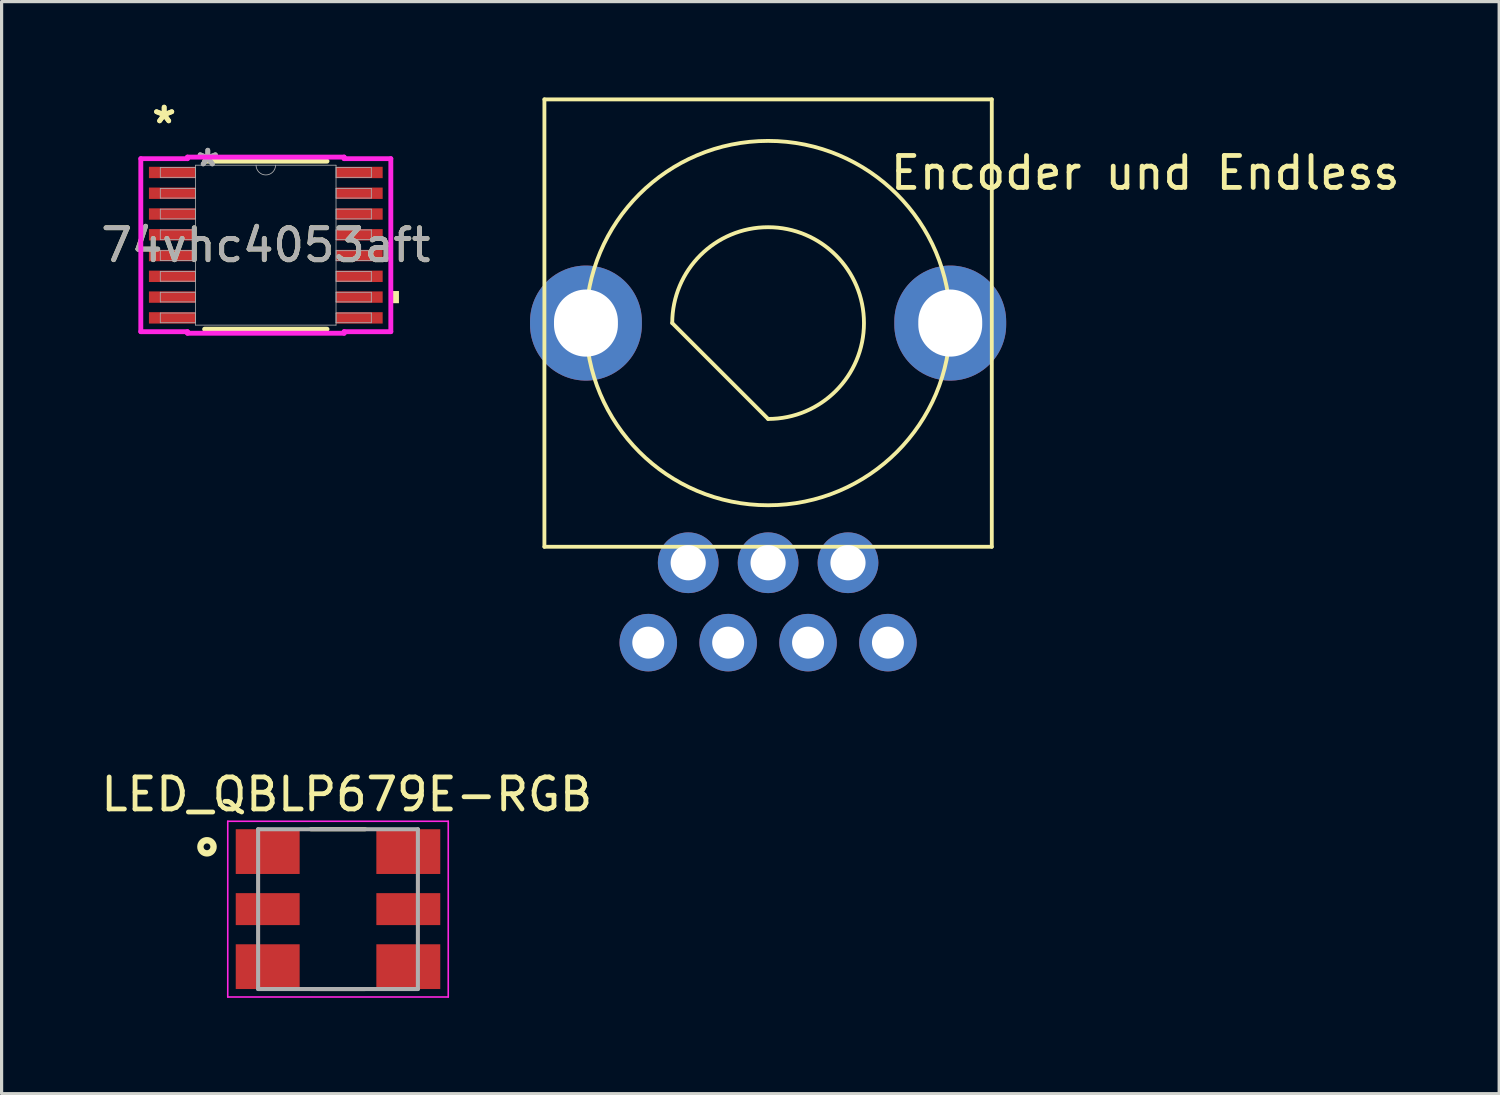
<source format=kicad_pcb>
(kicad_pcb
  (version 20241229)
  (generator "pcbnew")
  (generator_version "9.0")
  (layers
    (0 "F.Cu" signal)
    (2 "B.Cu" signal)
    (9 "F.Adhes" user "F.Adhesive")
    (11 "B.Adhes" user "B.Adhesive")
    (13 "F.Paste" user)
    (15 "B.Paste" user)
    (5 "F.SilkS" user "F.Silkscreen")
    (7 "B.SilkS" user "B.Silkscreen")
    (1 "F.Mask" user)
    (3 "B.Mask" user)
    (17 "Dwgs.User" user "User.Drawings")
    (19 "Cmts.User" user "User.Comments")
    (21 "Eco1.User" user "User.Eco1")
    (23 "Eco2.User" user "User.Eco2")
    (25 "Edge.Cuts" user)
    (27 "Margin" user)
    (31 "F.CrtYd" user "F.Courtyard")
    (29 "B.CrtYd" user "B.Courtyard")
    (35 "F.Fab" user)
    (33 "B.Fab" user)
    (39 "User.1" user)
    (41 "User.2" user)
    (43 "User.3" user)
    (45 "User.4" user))
  (footprint "Encoder und Endless"
    (layer "F.Cu")
    (at 20.986 7.06)
    (property "Reference" "Encoder und Endless" (at 11.8 -4.7 0) (layer "F.SilkS") (effects (font (size 1 1) (thickness 0.15))))
    (attr through_hole)
    (fp_line (start -7 -7) (end 7 -7) (stroke (width 0.12) (type solid)) (layer "F.SilkS"))
    (fp_line (start -7 7) (end -7 -7) (stroke (width 0.12) (type solid)) (layer "F.SilkS"))
    (fp_line (start -3 0) (end 0 3) (stroke (width 0.12) (type solid)) (layer "F.SilkS"))
    (fp_line (start 7 -7) (end 7 7) (stroke (width 0.12) (type solid)) (layer "F.SilkS"))
    (fp_line (start 7 7) (end -7 7) (stroke (width 0.12) (type solid)) (layer "F.SilkS"))
    (fp_arc (start -3 0) (mid 2.12132 -2.12132) (end 0 3) (stroke (width 0.12) (type solid)) (layer "F.SilkS"))
    (fp_circle (center 0 0) (end 4.5 3.5) (stroke (width 0.12) (type solid)) (fill no) (layer "F.SilkS"))
    (pad "" np_thru_hole oval (at -5.7 0) (size 3.5 3.6) (drill oval 2 2.1) (layers "*.Cu" "*.Mask"))
    (pad "" np_thru_hole oval (at 5.7 0) (size 3.5 3.6) (drill oval 2 2.1) (layers "*.Cu" "*.Mask"))
    (pad "1" thru_hole circle (at -3.75 10) (size 1.8 1.8) (drill 1) (layers "*.Cu" "*.Mask"))
    (pad "2" thru_hole circle (at -1.25 10) (size 1.8 1.8) (drill 1) (layers "*.Cu" "*.Mask"))
    (pad "3" thru_hole circle (at 1.25 10) (size 1.8 1.8) (drill 1) (layers "*.Cu" "*.Mask"))
    (pad "4" thru_hole circle (at 3.75 10) (size 1.8 1.8) (drill 1) (layers "*.Cu" "*.Mask"))
    (pad "A" thru_hole circle (at -2.5 7.5) (size 1.9 1.9) (drill 1.1) (layers "*.Cu" "*.Mask"))
    (pad "B" thru_hole circle (at 2.5 7.5) (size 1.9 1.9) (drill 1.1) (layers "*.Cu" "*.Mask"))
    (pad "C" thru_hole circle (at 0 7.5) (size 1.9 1.9) (drill 1.1) (layers "*.Cu" "*.Mask")))
  (footprint "LED_QBLP679E-RGB"
    (layer "F.Cu")
    (at 7.527 25.399)
    (property "Reference" "LED_QBLP679E-RGB" (at 0.275 -3.59 0) (layer "F.SilkS") (effects (font (size 1.001 1.001) (thickness 0.15))))
    (attr smd)
    (fp_line (start -0.85 -2.5) (end 0.85 -2.5) (stroke (width 0.127) (type solid)) (layer "F.SilkS"))
    (fp_line (start -0.85 2.5) (end 0.85 2.5) (stroke (width 0.127) (type solid)) (layer "F.SilkS"))
    (fp_circle (center -4.1 -1.95) (end -3.894 -1.95) (stroke (width 0.2) (type solid)) (fill no) (layer "F.SilkS"))
    (fp_line (start -3.45 -2.75) (end 3.45 -2.75) (stroke (width 0.05) (type solid)) (layer "F.CrtYd"))
    (fp_line (start -3.45 2.75) (end -3.45 -2.75) (stroke (width 0.05) (type solid)) (layer "F.CrtYd"))
    (fp_line (start 3.45 -2.75) (end 3.45 2.75) (stroke (width 0.05) (type solid)) (layer "F.CrtYd"))
    (fp_line (start 3.45 2.75) (end -3.45 2.75) (stroke (width 0.05) (type solid)) (layer "F.CrtYd"))
    (fp_line (start -2.5 -2.5) (end 2.5 -2.5) (stroke (width 0.127) (type solid)) (layer "F.Fab"))
    (fp_line (start -2.5 2.5) (end -2.5 -2.5) (stroke (width 0.127) (type solid)) (layer "F.Fab"))
    (fp_line (start 2.5 -2.5) (end 2.5 2.5) (stroke (width 0.127) (type solid)) (layer "F.Fab"))
    (fp_line (start 2.5 2.5) (end -2.5 2.5) (stroke (width 0.127) (type solid)) (layer "F.Fab"))
    (pad "1" smd rect (at -2.2 -1.8) (size 2 1.4) (layers "F.Cu" "F.Mask" "F.Paste"))
    (pad "2" smd rect (at -2.2 0) (size 2 1) (layers "F.Cu" "F.Mask" "F.Paste"))
    (pad "3" smd rect (at -2.2 1.8) (size 2 1.4) (layers "F.Cu" "F.Mask" "F.Paste"))
    (pad "4" smd rect (at 2.2 1.8 180) (size 2 1.4) (layers "F.Cu" "F.Mask" "F.Paste"))
    (pad "5" smd rect (at 2.2 0 180) (size 2 1) (layers "F.Cu" "F.Mask" "F.Paste"))
    (pad "6" smd rect (at 2.2 -1.8 180) (size 2 1.4) (layers "F.Cu" "F.Mask" "F.Paste")))
  (footprint "74vhc4053aft"
    (layer "F.Cu")
    (at 5.268 4.622)
    (property "Reference" "74vhc4053aft" (at 0 0 0) (unlocked yes) (layer "F.SilkS") (effects (font (size 1 1) (thickness 0.15))))
    (attr smd)
    (fp_line (start -1.915 2.629) (end 1.915 2.629) (stroke (width 0.152) (type solid)) (layer "F.SilkS"))
    (fp_line (start 1.915 -2.629) (end -1.915 -2.629) (stroke (width 0.152) (type solid)) (layer "F.SilkS"))
    (fp_poly (pts (xy 4.166 1.435) (xy 4.166 1.816) (xy 3.912 1.816) (xy 3.912 1.435)) (stroke (width 0) (type solid)) (fill yes) (layer "F.SilkS"))
    (fp_line (start -3.912 -2.707) (end -2.451 -2.707) (stroke (width 0.152) (type solid)) (layer "F.CrtYd"))
    (fp_line (start -3.912 2.707) (end -3.912 -2.707) (stroke (width 0.152) (type solid)) (layer "F.CrtYd"))
    (fp_line (start -3.912 2.707) (end -2.451 2.707) (stroke (width 0.152) (type solid)) (layer "F.CrtYd"))
    (fp_line (start -2.451 -2.756) (end 2.451 -2.756) (stroke (width 0.152) (type solid)) (layer "F.CrtYd"))
    (fp_line (start -2.451 -2.707) (end -2.451 -2.756) (stroke (width 0.152) (type solid)) (layer "F.CrtYd"))
    (fp_line (start -2.451 2.756) (end -2.451 2.707) (stroke (width 0.152) (type solid)) (layer "F.CrtYd"))
    (fp_line (start 2.451 -2.756) (end 2.451 -2.707) (stroke (width 0.152) (type solid)) (layer "F.CrtYd"))
    (fp_line (start 2.451 2.707) (end 2.451 2.756) (stroke (width 0.152) (type solid)) (layer "F.CrtYd"))
    (fp_line (start 2.451 2.756) (end -2.451 2.756) (stroke (width 0.152) (type solid)) (layer "F.CrtYd"))
    (fp_line (start 3.912 -2.707) (end 2.451 -2.707) (stroke (width 0.152) (type solid)) (layer "F.CrtYd"))
    (fp_line (start 3.912 -2.707) (end 3.912 2.707) (stroke (width 0.152) (type solid)) (layer "F.CrtYd"))
    (fp_line (start 3.912 2.707) (end 2.451 2.707) (stroke (width 0.152) (type solid)) (layer "F.CrtYd"))
    (fp_line (start -3.302 -2.427) (end -3.302 -2.123) (stroke (width 0.025) (type solid)) (layer "F.Fab"))
    (fp_line (start -3.302 -2.123) (end -2.197 -2.123) (stroke (width 0.025) (type solid)) (layer "F.Fab"))
    (fp_line (start -3.302 -1.777) (end -3.302 -1.473) (stroke (width 0.025) (type solid)) (layer "F.Fab"))
    (fp_line (start -3.302 -1.473) (end -2.197 -1.473) (stroke (width 0.025) (type solid)) (layer "F.Fab"))
    (fp_line (start -3.302 -1.127) (end -3.302 -0.823) (stroke (width 0.025) (type solid)) (layer "F.Fab"))
    (fp_line (start -3.302 -0.823) (end -2.197 -0.823) (stroke (width 0.025) (type solid)) (layer "F.Fab"))
    (fp_line (start -3.302 -0.477) (end -3.302 -0.173) (stroke (width 0.025) (type solid)) (layer "F.Fab"))
    (fp_line (start -3.302 -0.173) (end -2.197 -0.173) (stroke (width 0.025) (type solid)) (layer "F.Fab"))
    (fp_line (start -3.302 0.173) (end -3.302 0.477) (stroke (width 0.025) (type solid)) (layer "F.Fab"))
    (fp_line (start -3.302 0.477) (end -2.197 0.477) (stroke (width 0.025) (type solid)) (layer "F.Fab"))
    (fp_line (start -3.302 0.823) (end -3.302 1.127) (stroke (width 0.025) (type solid)) (layer "F.Fab"))
    (fp_line (start -3.302 1.127) (end -2.197 1.127) (stroke (width 0.025) (type solid)) (layer "F.Fab"))
    (fp_line (start -3.302 1.473) (end -3.302 1.777) (stroke (width 0.025) (type solid)) (layer "F.Fab"))
    (fp_line (start -3.302 1.777) (end -2.197 1.777) (stroke (width 0.025) (type solid)) (layer "F.Fab"))
    (fp_line (start -3.302 2.123) (end -3.302 2.427) (stroke (width 0.025) (type solid)) (layer "F.Fab"))
    (fp_line (start -3.302 2.427) (end -2.197 2.427) (stroke (width 0.025) (type solid)) (layer "F.Fab"))
    (fp_line (start -2.197 -2.502) (end -2.197 2.502) (stroke (width 0.025) (type solid)) (layer "F.Fab"))
    (fp_line (start -2.197 -2.427) (end -3.302 -2.427) (stroke (width 0.025) (type solid)) (layer "F.Fab"))
    (fp_line (start -2.197 -2.123) (end -2.197 -2.427) (stroke (width 0.025) (type solid)) (layer "F.Fab"))
    (fp_line (start -2.197 -1.777) (end -3.302 -1.777) (stroke (width 0.025) (type solid)) (layer "F.Fab"))
    (fp_line (start -2.197 -1.473) (end -2.197 -1.777) (stroke (width 0.025) (type solid)) (layer "F.Fab"))
    (fp_line (start -2.197 -1.127) (end -3.302 -1.127) (stroke (width 0.025) (type solid)) (layer "F.Fab"))
    (fp_line (start -2.197 -0.823) (end -2.197 -1.127) (stroke (width 0.025) (type solid)) (layer "F.Fab"))
    (fp_line (start -2.197 -0.477) (end -3.302 -0.477) (stroke (width 0.025) (type solid)) (layer "F.Fab"))
    (fp_line (start -2.197 -0.173) (end -2.197 -0.477) (stroke (width 0.025) (type solid)) (layer "F.Fab"))
    (fp_line (start -2.197 0.173) (end -3.302 0.173) (stroke (width 0.025) (type solid)) (layer "F.Fab"))
    (fp_line (start -2.197 0.477) (end -2.197 0.173) (stroke (width 0.025) (type solid)) (layer "F.Fab"))
    (fp_line (start -2.197 0.823) (end -3.302 0.823) (stroke (width 0.025) (type solid)) (layer "F.Fab"))
    (fp_line (start -2.197 1.127) (end -2.197 0.823) (stroke (width 0.025) (type solid)) (layer "F.Fab"))
    (fp_line (start -2.197 1.473) (end -3.302 1.473) (stroke (width 0.025) (type solid)) (layer "F.Fab"))
    (fp_line (start -2.197 1.777) (end -2.197 1.473) (stroke (width 0.025) (type solid)) (layer "F.Fab"))
    (fp_line (start -2.197 2.123) (end -3.302 2.123) (stroke (width 0.025) (type solid)) (layer "F.Fab"))
    (fp_line (start -2.197 2.427) (end -2.197 2.123) (stroke (width 0.025) (type solid)) (layer "F.Fab"))
    (fp_line (start -2.197 2.502) (end 2.197 2.502) (stroke (width 0.025) (type solid)) (layer "F.Fab"))
    (fp_line (start 2.197 -2.502) (end -2.197 -2.502) (stroke (width 0.025) (type solid)) (layer "F.Fab"))
    (fp_line (start 2.197 -2.427) (end 2.197 -2.123) (stroke (width 0.025) (type solid)) (layer "F.Fab"))
    (fp_line (start 2.197 -2.123) (end 3.302 -2.123) (stroke (width 0.025) (type solid)) (layer "F.Fab"))
    (fp_line (start 2.197 -1.777) (end 2.197 -1.473) (stroke (width 0.025) (type solid)) (layer "F.Fab"))
    (fp_line (start 2.197 -1.473) (end 3.302 -1.473) (stroke (width 0.025) (type solid)) (layer "F.Fab"))
    (fp_line (start 2.197 -1.127) (end 2.197 -0.823) (stroke (width 0.025) (type solid)) (layer "F.Fab"))
    (fp_line (start 2.197 -0.823) (end 3.302 -0.823) (stroke (width 0.025) (type solid)) (layer "F.Fab"))
    (fp_line (start 2.197 -0.477) (end 2.197 -0.173) (stroke (width 0.025) (type solid)) (layer "F.Fab"))
    (fp_line (start 2.197 -0.173) (end 3.302 -0.173) (stroke (width 0.025) (type solid)) (layer "F.Fab"))
    (fp_line (start 2.197 0.173) (end 2.197 0.477) (stroke (width 0.025) (type solid)) (layer "F.Fab"))
    (fp_line (start 2.197 0.477) (end 3.302 0.477) (stroke (width 0.025) (type solid)) (layer "F.Fab"))
    (fp_line (start 2.197 0.823) (end 2.197 1.127) (stroke (width 0.025) (type solid)) (layer "F.Fab"))
    (fp_line (start 2.197 1.127) (end 3.302 1.127) (stroke (width 0.025) (type solid)) (layer "F.Fab"))
    (fp_line (start 2.197 1.473) (end 2.197 1.777) (stroke (width 0.025) (type solid)) (layer "F.Fab"))
    (fp_line (start 2.197 1.777) (end 3.302 1.777) (stroke (width 0.025) (type solid)) (layer "F.Fab"))
    (fp_line (start 2.197 2.123) (end 2.197 2.427) (stroke (width 0.025) (type solid)) (layer "F.Fab"))
    (fp_line (start 2.197 2.427) (end 3.302 2.427) (stroke (width 0.025) (type solid)) (layer "F.Fab"))
    (fp_line (start 2.197 2.502) (end 2.197 -2.502) (stroke (width 0.025) (type solid)) (layer "F.Fab"))
    (fp_line (start 3.302 -2.427) (end 2.197 -2.427) (stroke (width 0.025) (type solid)) (layer "F.Fab"))
    (fp_line (start 3.302 -2.123) (end 3.302 -2.427) (stroke (width 0.025) (type solid)) (layer "F.Fab"))
    (fp_line (start 3.302 -1.777) (end 2.197 -1.777) (stroke (width 0.025) (type solid)) (layer "F.Fab"))
    (fp_line (start 3.302 -1.473) (end 3.302 -1.777) (stroke (width 0.025) (type solid)) (layer "F.Fab"))
    (fp_line (start 3.302 -1.127) (end 2.197 -1.127) (stroke (width 0.025) (type solid)) (layer "F.Fab"))
    (fp_line (start 3.302 -0.823) (end 3.302 -1.127) (stroke (width 0.025) (type solid)) (layer "F.Fab"))
    (fp_line (start 3.302 -0.477) (end 2.197 -0.477) (stroke (width 0.025) (type solid)) (layer "F.Fab"))
    (fp_line (start 3.302 -0.173) (end 3.302 -0.477) (stroke (width 0.025) (type solid)) (layer "F.Fab"))
    (fp_line (start 3.302 0.173) (end 2.197 0.173) (stroke (width 0.025) (type solid)) (layer "F.Fab"))
    (fp_line (start 3.302 0.477) (end 3.302 0.173) (stroke (width 0.025) (type solid)) (layer "F.Fab"))
    (fp_line (start 3.302 0.823) (end 2.197 0.823) (stroke (width 0.025) (type solid)) (layer "F.Fab"))
    (fp_line (start 3.302 1.127) (end 3.302 0.823) (stroke (width 0.025) (type solid)) (layer "F.Fab"))
    (fp_line (start 3.302 1.473) (end 2.197 1.473) (stroke (width 0.025) (type solid)) (layer "F.Fab"))
    (fp_line (start 3.302 1.777) (end 3.302 1.473) (stroke (width 0.025) (type solid)) (layer "F.Fab"))
    (fp_line (start 3.302 2.123) (end 2.197 2.123) (stroke (width 0.025) (type solid)) (layer "F.Fab"))
    (fp_line (start 3.302 2.427) (end 3.302 2.123) (stroke (width 0.025) (type solid)) (layer "F.Fab"))
    (fp_arc (start 0.3048 -2.5019) (mid 0 -2.1971) (end -0.3048 -2.5019) (stroke (width 0.0254) (type solid)) (layer "F.Fab"))
    (fp_text user "*" (at -3.181 -3.774 0) (unlocked yes) (layer "F.SilkS") (effects (font (size 1 1) (thickness 0.15))))
    (fp_text user "*" (at -3.181 -3.774 0) (layer "F.SilkS") (effects (font (size 1 1) (thickness 0.15))))
    (fp_text user "*" (at -1.816 -2.426 0) (unlocked yes) (layer "F.Fab") (effects (font (size 1 1) (thickness 0.15))))
    (fp_text user "*" (at -1.816 -2.426 0) (layer "F.Fab") (effects (font (size 1 1) (thickness 0.15))))
    (fp_text user "${REFERENCE}" (at 0 0 0) (unlocked yes) (layer "F.Fab") (effects (font (size 1 1) (thickness 0.15))))
    (pad "1" smd rect (at -2.927 -2.275) (size 1.46 0.356) (layers "F.Cu" "F.Mask" "F.Paste"))
    (pad "2" smd rect (at -2.927 -1.625) (size 1.46 0.356) (layers "F.Cu" "F.Mask" "F.Paste"))
    (pad "3" smd rect (at -2.927 -0.975) (size 1.46 0.356) (layers "F.Cu" "F.Mask" "F.Paste"))
    (pad "4" smd rect (at -2.927 -0.325) (size 1.46 0.356) (layers "F.Cu" "F.Mask" "F.Paste"))
    (pad "5" smd rect (at -2.927 0.325) (size 1.46 0.356) (layers "F.Cu" "F.Mask" "F.Paste"))
    (pad "6" smd rect (at -2.927 0.975) (size 1.46 0.356) (layers "F.Cu" "F.Mask" "F.Paste"))
    (pad "7" smd rect (at -2.927 1.625) (size 1.46 0.356) (layers "F.Cu" "F.Mask" "F.Paste"))
    (pad "8" smd rect (at -2.927 2.275) (size 1.46 0.356) (layers "F.Cu" "F.Mask" "F.Paste"))
    (pad "9" smd rect (at 2.927 2.275) (size 1.46 0.356) (layers "F.Cu" "F.Mask" "F.Paste"))
    (pad "10" smd rect (at 2.927 1.625) (size 1.46 0.356) (layers "F.Cu" "F.Mask" "F.Paste"))
    (pad "11" smd rect (at 2.927 0.975) (size 1.46 0.356) (layers "F.Cu" "F.Mask" "F.Paste"))
    (pad "12" smd rect (at 2.927 0.325) (size 1.46 0.356) (layers "F.Cu" "F.Mask" "F.Paste"))
    (pad "13" smd rect (at 2.927 -0.325) (size 1.46 0.356) (layers "F.Cu" "F.Mask" "F.Paste"))
    (pad "14" smd rect (at 2.927 -0.975) (size 1.46 0.356) (layers "F.Cu" "F.Mask" "F.Paste"))
    (pad "15" smd rect (at 2.927 -1.625) (size 1.46 0.356) (layers "F.Cu" "F.Mask" "F.Paste"))
    (pad "16" smd rect (at 2.927 -2.275) (size 1.46 0.356) (layers "F.Cu" "F.Mask" "F.Paste")))
  (gr_rect
    (start -3 -3)
    (end 43.863 31.174)
    (stroke (width 0.1) (type default))
    (fill no)
    (layer "Edge.Cuts")))
</source>
